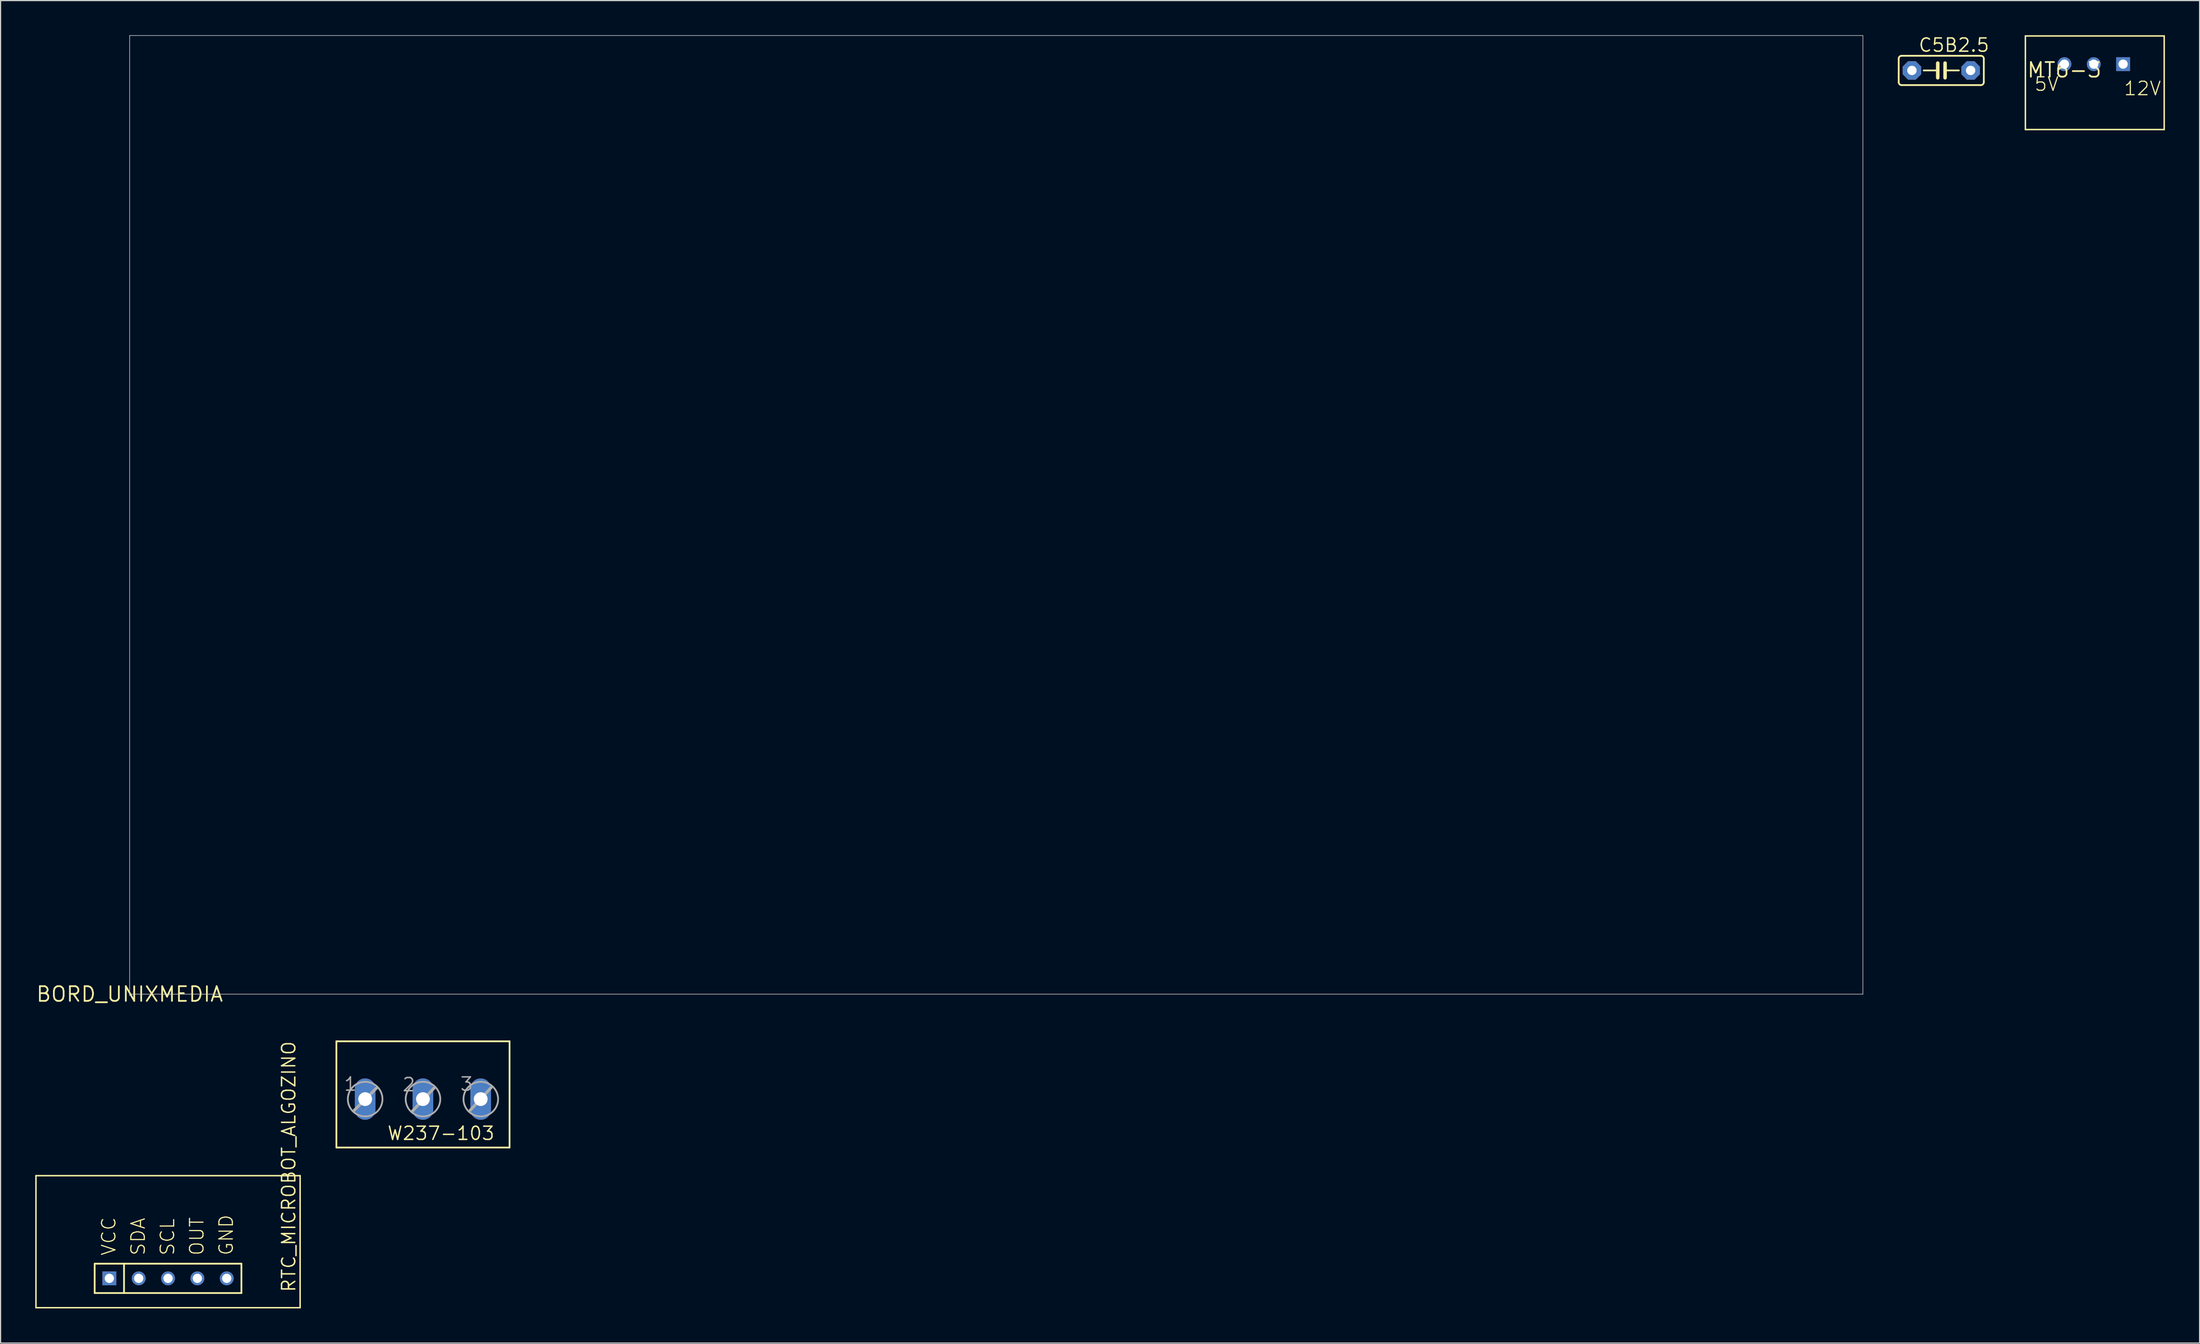
<source format=kicad_pcb>
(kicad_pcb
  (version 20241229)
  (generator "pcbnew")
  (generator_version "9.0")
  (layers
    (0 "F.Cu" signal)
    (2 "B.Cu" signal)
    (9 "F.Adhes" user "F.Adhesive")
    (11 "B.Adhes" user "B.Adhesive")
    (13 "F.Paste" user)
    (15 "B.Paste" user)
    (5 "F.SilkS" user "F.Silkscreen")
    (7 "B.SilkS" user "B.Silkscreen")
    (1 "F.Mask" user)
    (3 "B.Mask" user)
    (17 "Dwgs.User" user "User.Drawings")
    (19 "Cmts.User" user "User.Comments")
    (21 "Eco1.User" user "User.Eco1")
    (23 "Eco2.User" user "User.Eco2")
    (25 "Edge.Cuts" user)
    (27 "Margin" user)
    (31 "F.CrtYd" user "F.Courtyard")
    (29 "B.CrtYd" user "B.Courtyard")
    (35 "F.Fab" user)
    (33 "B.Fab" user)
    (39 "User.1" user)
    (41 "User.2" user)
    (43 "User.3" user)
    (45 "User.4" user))
  (footprint "C5B2.5"
    (layer "F.Cu")
    (at 164.956 3.048)
    (property "Reference" "C5B2.5" (at -2.032 -1.524 0) (layer "F.SilkS") (effects (font (size 1.143 1.143) (thickness 0.127)) (justify left bottom)))
    (fp_line (start -3.683 -1.016) (end -3.683 1.016) (stroke (width 0.152) (type solid)) (layer "F.SilkS"))
    (fp_line (start -3.429 1.27) (end 3.429 1.27) (stroke (width 0.152) (type solid)) (layer "F.SilkS"))
    (fp_line (start -0.305 -0.635) (end -0.305 0) (stroke (width 0.305) (type solid)) (layer "F.SilkS"))
    (fp_line (start -0.305 0) (end -1.524 0) (stroke (width 0.152) (type solid)) (layer "F.SilkS"))
    (fp_line (start -0.305 0) (end -0.305 0.635) (stroke (width 0.305) (type solid)) (layer "F.SilkS"))
    (fp_line (start 0.33 -0.635) (end 0.33 0) (stroke (width 0.305) (type solid)) (layer "F.SilkS"))
    (fp_line (start 0.33 0) (end 0.33 0.635) (stroke (width 0.305) (type solid)) (layer "F.SilkS"))
    (fp_line (start 0.33 0) (end 1.524 0) (stroke (width 0.152) (type solid)) (layer "F.SilkS"))
    (fp_line (start 3.429 -1.27) (end -3.429 -1.27) (stroke (width 0.152) (type solid)) (layer "F.SilkS"))
    (fp_line (start 3.683 1.016) (end 3.683 -1.016) (stroke (width 0.152) (type solid)) (layer "F.SilkS"))
    (fp_arc (start -3.683 -1.016) (mid -3.608605 -1.195605) (end -3.429 -1.27) (stroke (width 0.1524) (type solid)) (layer "F.SilkS"))
    (fp_arc (start -3.429 1.27) (mid -3.608605 1.195605) (end -3.683 1.016) (stroke (width 0.1524) (type solid)) (layer "F.SilkS"))
    (fp_arc (start 3.429 -1.27) (mid 3.608605 -1.195605) (end 3.683 -1.016) (stroke (width 0.1524) (type solid)) (layer "F.SilkS"))
    (fp_arc (start 3.683 1.016) (mid 3.608605 1.195605) (end 3.429 1.27) (stroke (width 0.1524) (type solid)) (layer "F.SilkS"))
    (pad "1" thru_hole roundrect (at -2.54 0) (size 1.6 1.6) (drill 0.813) (layers "*.Cu" "*.Mask") (roundrect_rratio 0.25) (chamfer_ratio 0.293) (chamfer top_left top_right bottom_left bottom_right))
    (pad "2" thru_hole roundrect (at 2.54 0) (size 1.6 1.6) (drill 0.813) (layers "*.Cu" "*.Mask") (roundrect_rratio 0.25) (chamfer_ratio 0.293) (chamfer top_left top_right bottom_left bottom_right)))
  (footprint "RTC_MICROBOT_ALGOZINO"
    (layer "F.Cu")
    (at 11.493 107.631)
    (property "Reference" "RTC_MICROBOT_ALGOZINO" (at 11.113 1.27 90) (layer "F.SilkS") (effects (font (size 1.143 1.143) (thickness 0.127)) (justify left bottom)))
    (fp_line (start -11.43 -8.89) (end 11.43 -8.89) (stroke (width 0.127) (type solid)) (layer "F.SilkS"))
    (fp_line (start -11.43 2.54) (end -11.43 -8.89) (stroke (width 0.127) (type solid)) (layer "F.SilkS"))
    (fp_line (start -11.43 2.54) (end 11.43 2.54) (stroke (width 0.127) (type solid)) (layer "F.SilkS"))
    (fp_line (start -6.35 -1.27) (end -3.81 -1.27) (stroke (width 0.152) (type solid)) (layer "F.SilkS"))
    (fp_line (start -6.35 1.27) (end -6.35 -1.27) (stroke (width 0.152) (type solid)) (layer "F.SilkS"))
    (fp_line (start -3.81 -1.27) (end 6.35 -1.27) (stroke (width 0.152) (type solid)) (layer "F.SilkS"))
    (fp_line (start -3.81 1.27) (end -6.35 1.27) (stroke (width 0.152) (type solid)) (layer "F.SilkS"))
    (fp_line (start -3.81 1.27) (end -3.81 -1.27) (stroke (width 0.152) (type solid)) (layer "F.SilkS"))
    (fp_line (start 6.35 -1.27) (end 6.35 1.27) (stroke (width 0.152) (type solid)) (layer "F.SilkS"))
    (fp_line (start 6.35 1.27) (end -3.81 1.27) (stroke (width 0.152) (type solid)) (layer "F.SilkS"))
    (fp_line (start 11.43 -8.89) (end 11.43 2.54) (stroke (width 0.127) (type solid)) (layer "F.SilkS"))
    (fp_text user "VCC" (at -4.445 -1.905 90) (layer "F.SilkS") (effects (font (size 1.168 1.168) (thickness 0.102)) (justify left bottom)))
    (fp_text user "SCL" (at 0.635 -1.905 90) (layer "F.SilkS") (effects (font (size 1.168 1.168) (thickness 0.102)) (justify left bottom)))
    (fp_text user "SDA" (at -1.905 -1.905 90) (layer "F.SilkS") (effects (font (size 1.168 1.168) (thickness 0.102)) (justify left bottom)))
    (fp_text user "OUT" (at 3.175 -1.905 90) (layer "F.SilkS") (effects (font (size 1.168 1.168) (thickness 0.102)) (justify left bottom)))
    (fp_text user "GND" (at 5.715 -1.905 90) (layer "F.SilkS") (effects (font (size 1.168 1.168) (thickness 0.102)) (justify left bottom)))
    (pad "1" thru_hole rect (at -5.08 0) (size 1.2 1.2) (drill 0.8) (layers "*.Cu" "*.Mask"))
    (pad "2" thru_hole circle (at -2.54 0) (size 1.2 1.2) (drill 0.8) (layers "*.Cu" "*.Mask"))
    (pad "3" thru_hole circle (at 0 0) (size 1.2 1.2) (drill 0.8) (layers "*.Cu" "*.Mask"))
    (pad "4" thru_hole circle (at 2.54 0) (size 1.2 1.2) (drill 0.8) (layers "*.Cu" "*.Mask"))
    (pad "5" thru_hole circle (at 5.08 0) (size 1.2 1.2) (drill 0.8) (layers "*.Cu" "*.Mask")))
  (footprint "MT6-3"
    (layer "F.Cu")
    (at 175.614 3.01)
    (property "Reference" "MT6-3" (at 0 0 0) (layer "F.SilkS") (effects (font (size 1.27 1.27) (thickness 0.15))))
    (fp_line (start -3.378 -2.946) (end -3.378 5.156) (stroke (width 0.127) (type solid)) (layer "F.SilkS"))
    (fp_line (start -3.378 5.156) (end 8.636 5.156) (stroke (width 0.127) (type solid)) (layer "F.SilkS"))
    (fp_line (start 8.636 -2.946) (end -3.378 -2.946) (stroke (width 0.127) (type solid)) (layer "F.SilkS"))
    (fp_line (start 8.636 5.156) (end 8.636 -2.946) (stroke (width 0.127) (type solid)) (layer "F.SilkS"))
    (fp_text user "12V" (at 5.08 2.286 0) (layer "F.SilkS") (effects (font (size 1.168 1.168) (thickness 0.102)) (justify left bottom)))
    (fp_text user "5V" (at -2.667 1.905 0) (layer "F.SilkS") (effects (font (size 1.168 1.168) (thickness 0.102)) (justify left bottom)))
    (pad "1" thru_hole rect (at 5.08 -0.508 90) (size 1.2 1.2) (drill 0.8) (layers "*.Cu" "*.Mask"))
    (pad "2" thru_hole circle (at 2.54 -0.508) (size 1.2 1.2) (drill 0.8) (layers "*.Cu" "*.Mask"))
    (pad "3" thru_hole circle (at 0 -0.508) (size 1.2 1.2) (drill 0.8) (layers "*.Cu" "*.Mask")))
  (footprint "BORD_UNIXMEDIA"
    (layer "F.Cu")
    (at 8.172 83.025)
    (property "Reference" "BORD_UNIXMEDIA" (at 0 0 0) (layer "F.SilkS") (effects (font (size 1.27 1.27) (thickness 0.15))))
    (fp_line (start 0 -83) (end 0 0) (stroke (width 0.05) (type solid)) (layer "Edge.Cuts"))
    (fp_line (start 0 -83) (end 150 -83) (stroke (width 0.05) (type solid)) (layer "Edge.Cuts"))
    (fp_line (start 0 0) (end 0 0.128) (stroke (width 0.05) (type solid)) (layer "Edge.Cuts"))
    (fp_line (start 0 0) (end 150 0) (stroke (width 0.05) (type solid)) (layer "Edge.Cuts"))
    (fp_line (start 150 0) (end 150 -83) (stroke (width 0.05) (type solid)) (layer "Edge.Cuts")))
  (footprint "W237-103"
    (layer "F.Cu")
    (at 33.552 90.821)
    (property "Reference" "W237-103" (at -3.146 4.922 0) (layer "F.SilkS") (effects (font (size 1.143 1.143) (thickness 0.127)) (justify left bottom)))
    (fp_line (start -7.489 5.481) (end -7.489 -3.714) (stroke (width 0.152) (type solid)) (layer "F.SilkS"))
    (fp_line (start -7.489 5.481) (end 7.497 5.481) (stroke (width 0.152) (type solid)) (layer "F.SilkS"))
    (fp_line (start 7.497 -3.714) (end -7.489 -3.714) (stroke (width 0.152) (type solid)) (layer "F.SilkS"))
    (fp_line (start 7.497 -3.714) (end 7.497 5.481) (stroke (width 0.152) (type solid)) (layer "F.SilkS"))
    (fp_line (start -5.991 2.306) (end -3.984 0.299) (stroke (width 0.254) (type solid)) (layer "F.Fab"))
    (fp_line (start -0.911 2.331) (end 0.994 0.299) (stroke (width 0.254) (type solid)) (layer "F.Fab"))
    (fp_line (start 4.093 2.255) (end 5.897 0.299) (stroke (width 0.254) (type solid)) (layer "F.Fab"))
    (fp_circle (center -5 1.29) (end -3.501 1.29) (stroke (width 0.152) (type solid)) (fill no) (layer "F.Fab"))
    (fp_circle (center 0.004 1.29) (end 1.502 1.29) (stroke (width 0.152) (type solid)) (fill no) (layer "F.Fab"))
    (fp_circle (center 5.008 1.29) (end 6.506 1.29) (stroke (width 0.152) (type solid)) (fill no) (layer "F.Fab"))
    (fp_text user "2" (at -1.85 0.706 0) (layer "F.Fab") (effects (font (size 1.143 1.143) (thickness 0.127)) (justify left bottom)))
    (fp_text user "3" (at 3.153 0.655 0) (layer "F.Fab") (effects (font (size 1.143 1.143) (thickness 0.127)) (justify left bottom)))
    (fp_text user "1" (at -6.905 0.655 0) (layer "F.Fab") (effects (font (size 1.143 1.143) (thickness 0.127)) (justify left bottom)))
    (pad "1" thru_hole oval (at -5 1.29 90) (size 3.581 1.791) (drill 1.194) (layers "*.Cu" "*.Mask"))
    (pad "2" thru_hole oval (at 0 1.29 90) (size 3.581 1.791) (drill 1.194) (layers "*.Cu" "*.Mask"))
    (pad "3" thru_hole oval (at 5 1.29 90) (size 3.581 1.791) (drill 1.194) (layers "*.Cu" "*.Mask")))
  (gr_rect
    (start -3 -3)
    (end 187.313 113.234)
    (stroke (width 0.1) (type default))
    (fill no)
    (layer "Edge.Cuts")))
</source>
